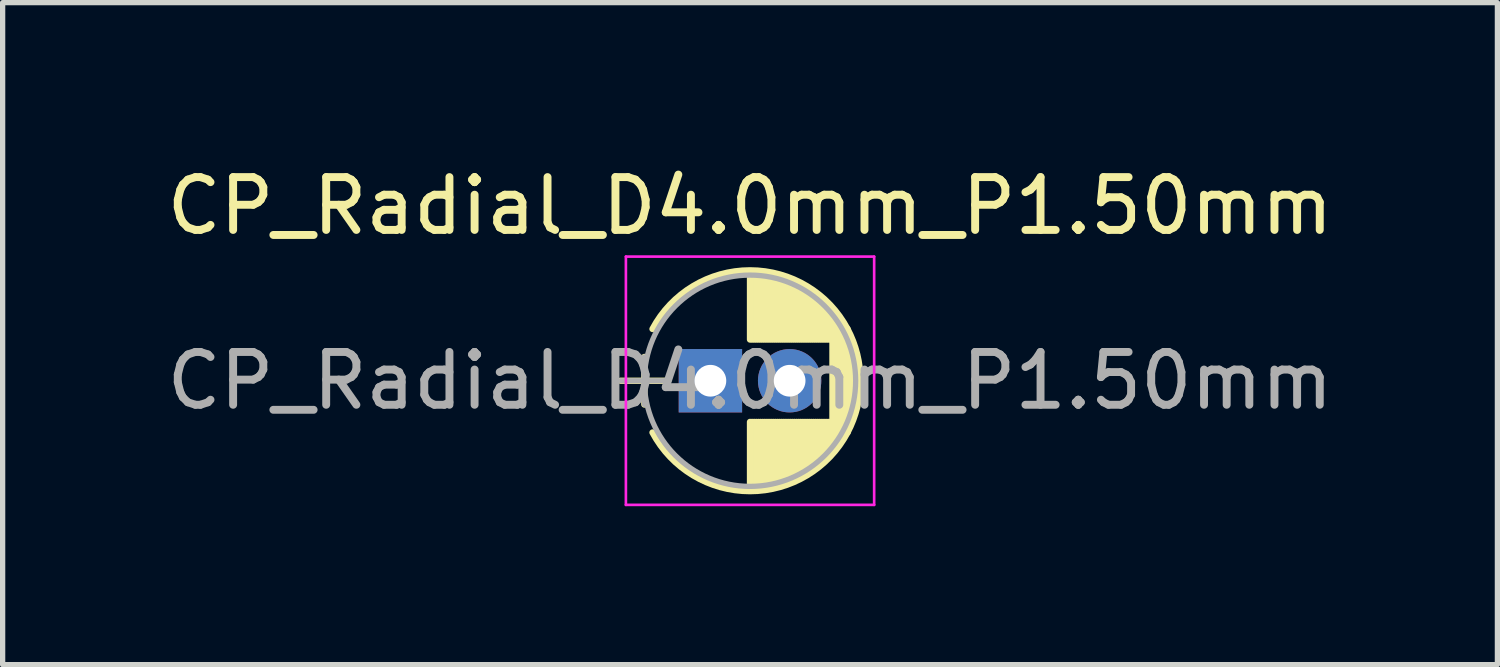
<source format=kicad_pcb>
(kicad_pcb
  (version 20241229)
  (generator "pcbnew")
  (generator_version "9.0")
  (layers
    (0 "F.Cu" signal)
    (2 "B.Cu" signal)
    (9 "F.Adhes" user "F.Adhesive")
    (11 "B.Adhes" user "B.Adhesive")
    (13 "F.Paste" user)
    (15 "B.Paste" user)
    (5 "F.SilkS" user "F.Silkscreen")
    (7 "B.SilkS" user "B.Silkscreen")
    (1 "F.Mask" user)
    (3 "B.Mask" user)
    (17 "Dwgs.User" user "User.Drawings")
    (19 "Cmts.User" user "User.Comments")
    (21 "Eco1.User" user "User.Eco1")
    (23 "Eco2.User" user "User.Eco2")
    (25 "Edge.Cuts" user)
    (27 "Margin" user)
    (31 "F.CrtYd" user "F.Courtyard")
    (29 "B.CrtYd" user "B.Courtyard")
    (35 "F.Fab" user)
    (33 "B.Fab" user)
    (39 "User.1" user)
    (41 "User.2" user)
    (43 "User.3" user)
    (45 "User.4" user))
  (footprint "CP_Radial_D4.0mm_P1.50mm"
    (layer "F.Cu")
    (at 10.399 4.158)
    (property "Reference" "CP_Radial_D4.0mm_P1.50mm" (at 0.75 -3.31 0) (layer "F.SilkS") (effects (font (size 1 1) (thickness 0.15))))
    (attr through_hole)
    (fp_line (start -1.7 0) (end -0.8 0) (stroke (width 0.12) (type solid)) (layer "F.SilkS"))
    (fp_line (start -1.25 -0.45) (end -1.25 0.45) (stroke (width 0.12) (type solid)) (layer "F.SilkS"))
    (fp_line (start 0.75 -2.05) (end 0.75 -0.78) (stroke (width 0.12) (type solid)) (layer "F.SilkS"))
    (fp_line (start 0.75 0.78) (end 0.75 2.05) (stroke (width 0.12) (type solid)) (layer "F.SilkS"))
    (fp_line (start 0.79 -2.05) (end 0.79 -0.78) (stroke (width 0.12) (type solid)) (layer "F.SilkS"))
    (fp_line (start 0.79 0.78) (end 0.79 2.05) (stroke (width 0.12) (type solid)) (layer "F.SilkS"))
    (fp_line (start 0.83 -2.049) (end 0.83 -0.78) (stroke (width 0.12) (type solid)) (layer "F.SilkS"))
    (fp_line (start 0.83 0.78) (end 0.83 2.049) (stroke (width 0.12) (type solid)) (layer "F.SilkS"))
    (fp_line (start 0.87 -2.047) (end 0.87 -0.78) (stroke (width 0.12) (type solid)) (layer "F.SilkS"))
    (fp_line (start 0.87 0.78) (end 0.87 2.047) (stroke (width 0.12) (type solid)) (layer "F.SilkS"))
    (fp_line (start 0.91 -2.044) (end 0.91 -0.78) (stroke (width 0.12) (type solid)) (layer "F.SilkS"))
    (fp_line (start 0.91 0.78) (end 0.91 2.044) (stroke (width 0.12) (type solid)) (layer "F.SilkS"))
    (fp_line (start 0.95 -2.041) (end 0.95 -0.78) (stroke (width 0.12) (type solid)) (layer "F.SilkS"))
    (fp_line (start 0.95 0.78) (end 0.95 2.041) (stroke (width 0.12) (type solid)) (layer "F.SilkS"))
    (fp_line (start 0.99 -2.037) (end 0.99 -0.78) (stroke (width 0.12) (type solid)) (layer "F.SilkS"))
    (fp_line (start 0.99 0.78) (end 0.99 2.037) (stroke (width 0.12) (type solid)) (layer "F.SilkS"))
    (fp_line (start 1.03 -2.032) (end 1.03 -0.78) (stroke (width 0.12) (type solid)) (layer "F.SilkS"))
    (fp_line (start 1.03 0.78) (end 1.03 2.032) (stroke (width 0.12) (type solid)) (layer "F.SilkS"))
    (fp_line (start 1.07 -2.026) (end 1.07 -0.78) (stroke (width 0.12) (type solid)) (layer "F.SilkS"))
    (fp_line (start 1.07 0.78) (end 1.07 2.026) (stroke (width 0.12) (type solid)) (layer "F.SilkS"))
    (fp_line (start 1.11 -2.019) (end 1.11 -0.78) (stroke (width 0.12) (type solid)) (layer "F.SilkS"))
    (fp_line (start 1.11 0.78) (end 1.11 2.019) (stroke (width 0.12) (type solid)) (layer "F.SilkS"))
    (fp_line (start 1.15 -2.012) (end 1.15 -0.78) (stroke (width 0.12) (type solid)) (layer "F.SilkS"))
    (fp_line (start 1.15 0.78) (end 1.15 2.012) (stroke (width 0.12) (type solid)) (layer "F.SilkS"))
    (fp_line (start 1.19 -2.004) (end 1.19 -0.78) (stroke (width 0.12) (type solid)) (layer "F.SilkS"))
    (fp_line (start 1.19 0.78) (end 1.19 2.004) (stroke (width 0.12) (type solid)) (layer "F.SilkS"))
    (fp_line (start 1.23 -1.995) (end 1.23 -0.78) (stroke (width 0.12) (type solid)) (layer "F.SilkS"))
    (fp_line (start 1.23 0.78) (end 1.23 1.995) (stroke (width 0.12) (type solid)) (layer "F.SilkS"))
    (fp_line (start 1.27 -1.985) (end 1.27 -0.78) (stroke (width 0.12) (type solid)) (layer "F.SilkS"))
    (fp_line (start 1.27 0.78) (end 1.27 1.985) (stroke (width 0.12) (type solid)) (layer "F.SilkS"))
    (fp_line (start 1.31 -1.974) (end 1.31 -0.78) (stroke (width 0.12) (type solid)) (layer "F.SilkS"))
    (fp_line (start 1.31 0.78) (end 1.31 1.974) (stroke (width 0.12) (type solid)) (layer "F.SilkS"))
    (fp_line (start 1.35 -1.963) (end 1.35 -0.78) (stroke (width 0.12) (type solid)) (layer "F.SilkS"))
    (fp_line (start 1.35 0.78) (end 1.35 1.963) (stroke (width 0.12) (type solid)) (layer "F.SilkS"))
    (fp_line (start 1.39 -1.95) (end 1.39 -0.78) (stroke (width 0.12) (type solid)) (layer "F.SilkS"))
    (fp_line (start 1.39 0.78) (end 1.39 1.95) (stroke (width 0.12) (type solid)) (layer "F.SilkS"))
    (fp_line (start 1.43 -1.937) (end 1.43 -0.78) (stroke (width 0.12) (type solid)) (layer "F.SilkS"))
    (fp_line (start 1.43 0.78) (end 1.43 1.937) (stroke (width 0.12) (type solid)) (layer "F.SilkS"))
    (fp_line (start 1.471 -1.923) (end 1.471 -0.78) (stroke (width 0.12) (type solid)) (layer "F.SilkS"))
    (fp_line (start 1.471 0.78) (end 1.471 1.923) (stroke (width 0.12) (type solid)) (layer "F.SilkS"))
    (fp_line (start 1.511 -1.907) (end 1.511 -0.78) (stroke (width 0.12) (type solid)) (layer "F.SilkS"))
    (fp_line (start 1.511 0.78) (end 1.511 1.907) (stroke (width 0.12) (type solid)) (layer "F.SilkS"))
    (fp_line (start 1.551 -1.891) (end 1.551 -0.78) (stroke (width 0.12) (type solid)) (layer "F.SilkS"))
    (fp_line (start 1.551 0.78) (end 1.551 1.891) (stroke (width 0.12) (type solid)) (layer "F.SilkS"))
    (fp_line (start 1.591 -1.874) (end 1.591 -0.78) (stroke (width 0.12) (type solid)) (layer "F.SilkS"))
    (fp_line (start 1.591 0.78) (end 1.591 1.874) (stroke (width 0.12) (type solid)) (layer "F.SilkS"))
    (fp_line (start 1.631 -1.856) (end 1.631 -0.78) (stroke (width 0.12) (type solid)) (layer "F.SilkS"))
    (fp_line (start 1.631 0.78) (end 1.631 1.856) (stroke (width 0.12) (type solid)) (layer "F.SilkS"))
    (fp_line (start 1.671 -1.837) (end 1.671 -0.78) (stroke (width 0.12) (type solid)) (layer "F.SilkS"))
    (fp_line (start 1.671 0.78) (end 1.671 1.837) (stroke (width 0.12) (type solid)) (layer "F.SilkS"))
    (fp_line (start 1.711 -1.817) (end 1.711 -0.78) (stroke (width 0.12) (type solid)) (layer "F.SilkS"))
    (fp_line (start 1.711 0.78) (end 1.711 1.817) (stroke (width 0.12) (type solid)) (layer "F.SilkS"))
    (fp_line (start 1.751 -1.796) (end 1.751 -0.78) (stroke (width 0.12) (type solid)) (layer "F.SilkS"))
    (fp_line (start 1.751 0.78) (end 1.751 1.796) (stroke (width 0.12) (type solid)) (layer "F.SilkS"))
    (fp_line (start 1.791 -1.773) (end 1.791 -0.78) (stroke (width 0.12) (type solid)) (layer "F.SilkS"))
    (fp_line (start 1.791 0.78) (end 1.791 1.773) (stroke (width 0.12) (type solid)) (layer "F.SilkS"))
    (fp_line (start 1.831 -1.75) (end 1.831 -0.78) (stroke (width 0.12) (type solid)) (layer "F.SilkS"))
    (fp_line (start 1.831 0.78) (end 1.831 1.75) (stroke (width 0.12) (type solid)) (layer "F.SilkS"))
    (fp_line (start 1.871 -1.725) (end 1.871 -0.78) (stroke (width 0.12) (type solid)) (layer "F.SilkS"))
    (fp_line (start 1.871 0.78) (end 1.871 1.725) (stroke (width 0.12) (type solid)) (layer "F.SilkS"))
    (fp_line (start 1.911 -1.699) (end 1.911 -0.78) (stroke (width 0.12) (type solid)) (layer "F.SilkS"))
    (fp_line (start 1.911 0.78) (end 1.911 1.699) (stroke (width 0.12) (type solid)) (layer "F.SilkS"))
    (fp_line (start 1.951 -1.672) (end 1.951 -0.78) (stroke (width 0.12) (type solid)) (layer "F.SilkS"))
    (fp_line (start 1.951 0.78) (end 1.951 1.672) (stroke (width 0.12) (type solid)) (layer "F.SilkS"))
    (fp_line (start 1.991 -1.643) (end 1.991 -0.78) (stroke (width 0.12) (type solid)) (layer "F.SilkS"))
    (fp_line (start 1.991 0.78) (end 1.991 1.643) (stroke (width 0.12) (type solid)) (layer "F.SilkS"))
    (fp_line (start 2.031 -1.613) (end 2.031 -0.78) (stroke (width 0.12) (type solid)) (layer "F.SilkS"))
    (fp_line (start 2.031 0.78) (end 2.031 1.613) (stroke (width 0.12) (type solid)) (layer "F.SilkS"))
    (fp_line (start 2.071 -1.581) (end 2.071 -0.78) (stroke (width 0.12) (type solid)) (layer "F.SilkS"))
    (fp_line (start 2.071 0.78) (end 2.071 1.581) (stroke (width 0.12) (type solid)) (layer "F.SilkS"))
    (fp_line (start 2.111 -1.547) (end 2.111 -0.78) (stroke (width 0.12) (type solid)) (layer "F.SilkS"))
    (fp_line (start 2.111 0.78) (end 2.111 1.547) (stroke (width 0.12) (type solid)) (layer "F.SilkS"))
    (fp_line (start 2.151 -1.512) (end 2.151 -0.78) (stroke (width 0.12) (type solid)) (layer "F.SilkS"))
    (fp_line (start 2.151 0.78) (end 2.151 1.512) (stroke (width 0.12) (type solid)) (layer "F.SilkS"))
    (fp_line (start 2.191 -1.475) (end 2.191 -0.78) (stroke (width 0.12) (type solid)) (layer "F.SilkS"))
    (fp_line (start 2.191 0.78) (end 2.191 1.475) (stroke (width 0.12) (type solid)) (layer "F.SilkS"))
    (fp_line (start 2.231 -1.436) (end 2.231 -0.78) (stroke (width 0.12) (type solid)) (layer "F.SilkS"))
    (fp_line (start 2.231 0.78) (end 2.231 1.436) (stroke (width 0.12) (type solid)) (layer "F.SilkS"))
    (fp_line (start 2.271 -1.395) (end 2.271 -0.78) (stroke (width 0.12) (type solid)) (layer "F.SilkS"))
    (fp_line (start 2.271 0.78) (end 2.271 1.395) (stroke (width 0.12) (type solid)) (layer "F.SilkS"))
    (fp_line (start 2.311 -1.351) (end 2.311 1.351) (stroke (width 0.12) (type solid)) (layer "F.SilkS"))
    (fp_line (start 2.351 -1.305) (end 2.351 1.305) (stroke (width 0.12) (type solid)) (layer "F.SilkS"))
    (fp_line (start 2.391 -1.256) (end 2.391 1.256) (stroke (width 0.12) (type solid)) (layer "F.SilkS"))
    (fp_line (start 2.431 -1.204) (end 2.431 1.204) (stroke (width 0.12) (type solid)) (layer "F.SilkS"))
    (fp_line (start 2.471 -1.148) (end 2.471 1.148) (stroke (width 0.12) (type solid)) (layer "F.SilkS"))
    (fp_line (start 2.511 -1.088) (end 2.511 1.088) (stroke (width 0.12) (type solid)) (layer "F.SilkS"))
    (fp_line (start 2.551 -1.023) (end 2.551 1.023) (stroke (width 0.12) (type solid)) (layer "F.SilkS"))
    (fp_line (start 2.591 -0.952) (end 2.591 0.952) (stroke (width 0.12) (type solid)) (layer "F.SilkS"))
    (fp_line (start 2.631 -0.874) (end 2.631 0.874) (stroke (width 0.12) (type solid)) (layer "F.SilkS"))
    (fp_line (start 2.671 -0.786) (end 2.671 0.786) (stroke (width 0.12) (type solid)) (layer "F.SilkS"))
    (fp_line (start 2.711 -0.686) (end 2.711 0.686) (stroke (width 0.12) (type solid)) (layer "F.SilkS"))
    (fp_line (start 2.751 -0.567) (end 2.751 0.567) (stroke (width 0.12) (type solid)) (layer "F.SilkS"))
    (fp_line (start 2.791 -0.415) (end 2.791 0.415) (stroke (width 0.12) (type solid)) (layer "F.SilkS"))
    (fp_line (start 2.831 -0.165) (end 2.831 0.165) (stroke (width 0.12) (type solid)) (layer "F.SilkS"))
    (fp_arc (start -1.095996 -0.98) (mid 0.75047 -2.09) (end 2.596436 -0.97917) (stroke (width 0.12) (type solid)) (layer "F.SilkS"))
    (fp_arc (start 2.595996 -0.98) (mid 2.84 -0.00047) (end 2.596436 0.97917) (stroke (width 0.12) (type solid)) (layer "F.SilkS"))
    (fp_arc (start 2.596436 0.97917) (mid 0.75047 2.09) (end -1.095996 0.98) (stroke (width 0.12) (type solid)) (layer "F.SilkS"))
    (fp_line (start -1.6 -2.35) (end -1.6 2.35) (stroke (width 0.05) (type solid)) (layer "F.CrtYd"))
    (fp_line (start -1.6 2.35) (end 3.1 2.35) (stroke (width 0.05) (type solid)) (layer "F.CrtYd"))
    (fp_line (start 3.1 -2.35) (end -1.6 -2.35) (stroke (width 0.05) (type solid)) (layer "F.CrtYd"))
    (fp_line (start 3.1 2.35) (end 3.1 -2.35) (stroke (width 0.05) (type solid)) (layer "F.CrtYd"))
    (fp_line (start -1.7 0) (end -0.8 0) (stroke (width 0.1) (type solid)) (layer "F.Fab"))
    (fp_line (start -1.25 -0.45) (end -1.25 0.45) (stroke (width 0.1) (type solid)) (layer "F.Fab"))
    (fp_circle (center 0.75 0) (end 2.75 0) (stroke (width 0.1) (type solid)) (fill no) (layer "F.Fab"))
    (fp_text user "${REFERENCE}" (at 0.75 0 0) (layer "F.Fab") (effects (font (size 1 1) (thickness 0.15))))
    (pad "1" thru_hole rect (at 0 0) (size 1.2 1.2) (drill 0.6) (layers "*.Cu" "*.Mask"))
    (pad "2" thru_hole circle (at 1.5 0) (size 1.2 1.2) (drill 0.6) (layers "*.Cu" "*.Mask")))
  (gr_rect
    (start -3 -3)
    (end 25.298 9.533)
    (stroke (width 0.1) (type default))
    (fill no)
    (layer "Edge.Cuts")))
</source>
